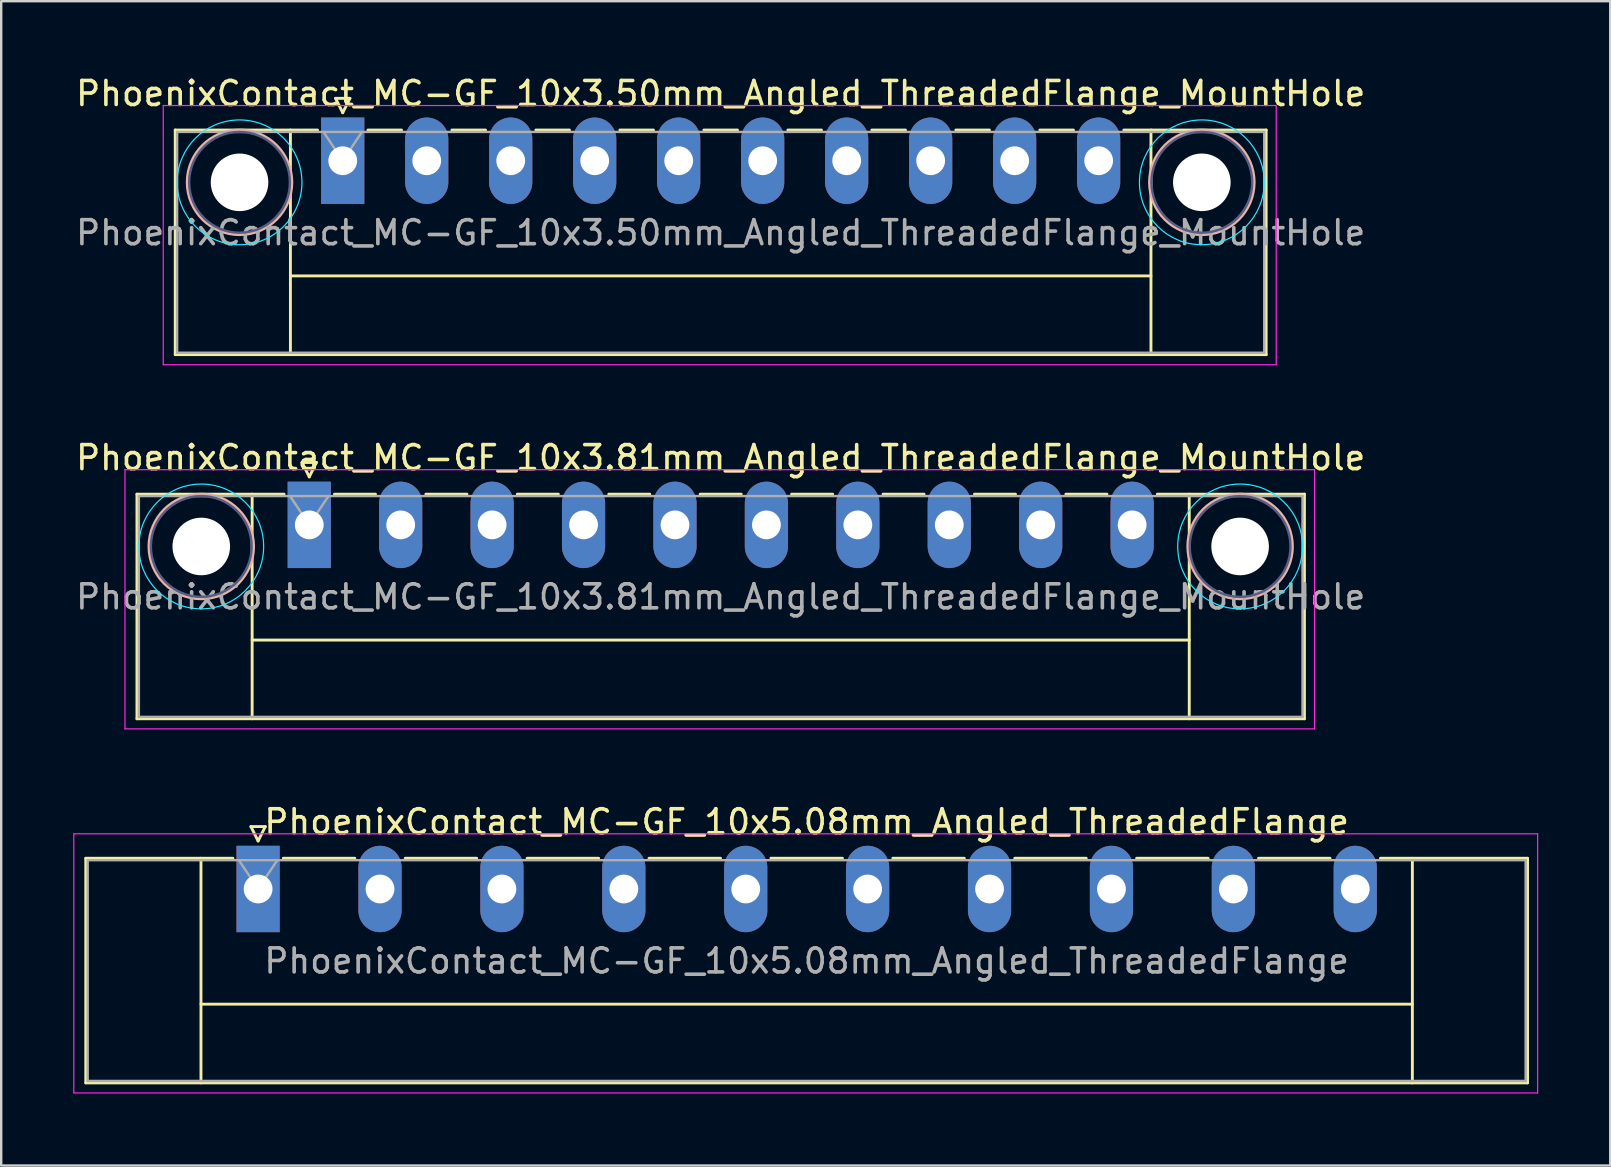
<source format=kicad_pcb>
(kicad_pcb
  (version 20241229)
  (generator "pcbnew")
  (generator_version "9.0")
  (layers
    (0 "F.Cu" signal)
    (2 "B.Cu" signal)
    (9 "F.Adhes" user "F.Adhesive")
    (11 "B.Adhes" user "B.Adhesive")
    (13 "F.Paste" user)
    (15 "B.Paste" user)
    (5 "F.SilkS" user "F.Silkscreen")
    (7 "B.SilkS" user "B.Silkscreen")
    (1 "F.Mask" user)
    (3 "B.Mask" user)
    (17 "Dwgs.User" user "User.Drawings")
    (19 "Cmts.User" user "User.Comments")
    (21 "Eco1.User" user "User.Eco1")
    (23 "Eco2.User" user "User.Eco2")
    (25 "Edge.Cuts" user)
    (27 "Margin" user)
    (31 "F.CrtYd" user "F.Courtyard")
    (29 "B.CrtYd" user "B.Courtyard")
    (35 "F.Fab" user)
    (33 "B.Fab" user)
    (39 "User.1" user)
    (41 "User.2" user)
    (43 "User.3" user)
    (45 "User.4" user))
  (footprint "PhoenixContact_MC-GF_10x3.50mm_Angled_ThreadedFlange_MountHole"
    (layer "F.Cu")
    (at 11.232 3.648)
    (property "Reference" "PhoenixContact_MC-GF_10x3.50mm_Angled_ThreadedFlange_MountHole" (at 15.75 -2.8 0) (layer "F.SilkS") (effects (font (size 1 1) (thickness 0.15))))
    (attr through_hole)
    (fp_line (start -6.98 -1.28) (end -6.98 8.08) (stroke (width 0.12) (type solid)) (layer "F.SilkS"))
    (fp_line (start -6.98 -1.28) (end -1.05 -1.28) (stroke (width 0.12) (type solid)) (layer "F.SilkS"))
    (fp_line (start -6.98 8.08) (end 38.48 8.08) (stroke (width 0.12) (type solid)) (layer "F.SilkS"))
    (fp_line (start -2.18 -1.28) (end -2.18 8.08) (stroke (width 0.12) (type solid)) (layer "F.SilkS"))
    (fp_line (start -2.18 4.8) (end 33.68 4.8) (stroke (width 0.12) (type solid)) (layer "F.SilkS"))
    (fp_line (start -0.3 -2.6) (end 0.3 -2.6) (stroke (width 0.12) (type solid)) (layer "F.SilkS"))
    (fp_line (start 0 -2) (end -0.3 -2.6) (stroke (width 0.12) (type solid)) (layer "F.SilkS"))
    (fp_line (start 0.3 -2.6) (end 0 -2) (stroke (width 0.12) (type solid)) (layer "F.SilkS"))
    (fp_line (start 1.05 -1.28) (end 2.45 -1.28) (stroke (width 0.12) (type solid)) (layer "F.SilkS"))
    (fp_line (start 4.55 -1.28) (end 5.95 -1.28) (stroke (width 0.12) (type solid)) (layer "F.SilkS"))
    (fp_line (start 8.05 -1.28) (end 9.45 -1.28) (stroke (width 0.12) (type solid)) (layer "F.SilkS"))
    (fp_line (start 11.55 -1.28) (end 12.95 -1.28) (stroke (width 0.12) (type solid)) (layer "F.SilkS"))
    (fp_line (start 15.05 -1.28) (end 16.45 -1.28) (stroke (width 0.12) (type solid)) (layer "F.SilkS"))
    (fp_line (start 18.55 -1.28) (end 19.95 -1.28) (stroke (width 0.12) (type solid)) (layer "F.SilkS"))
    (fp_line (start 22.05 -1.28) (end 23.45 -1.28) (stroke (width 0.12) (type solid)) (layer "F.SilkS"))
    (fp_line (start 25.55 -1.28) (end 26.95 -1.28) (stroke (width 0.12) (type solid)) (layer "F.SilkS"))
    (fp_line (start 29.05 -1.28) (end 30.45 -1.28) (stroke (width 0.12) (type solid)) (layer "F.SilkS"))
    (fp_line (start 33.68 -1.28) (end 33.68 8.08) (stroke (width 0.12) (type solid)) (layer "F.SilkS"))
    (fp_line (start 38.48 -1.28) (end 32.55 -1.28) (stroke (width 0.12) (type solid)) (layer "F.SilkS"))
    (fp_line (start 38.48 8.08) (end 38.48 -1.28) (stroke (width 0.12) (type solid)) (layer "F.SilkS"))
    (fp_circle (center -4.3 0.9) (end -2.12 0.9) (stroke (width 0.12) (type solid)) (fill no) (layer "B.SilkS"))
    (fp_circle (center 35.8 0.9) (end 37.98 0.9) (stroke (width 0.12) (type solid)) (fill no) (layer "B.SilkS"))
    (fp_circle (center -4.3 0.9) (end -1.7 0.9) (stroke (width 0.05) (type solid)) (fill no) (layer "B.CrtYd"))
    (fp_circle (center 35.8 0.9) (end 38.4 0.9) (stroke (width 0.05) (type solid)) (fill no) (layer "B.CrtYd"))
    (fp_line (start -7.48 -2.3) (end -7.48 8.5) (stroke (width 0.05) (type solid)) (layer "F.CrtYd"))
    (fp_line (start -7.48 8.5) (end 38.9 8.5) (stroke (width 0.05) (type solid)) (layer "F.CrtYd"))
    (fp_line (start 38.9 -2.3) (end -7.48 -2.3) (stroke (width 0.05) (type solid)) (layer "F.CrtYd"))
    (fp_line (start 38.9 8.5) (end 38.9 -2.3) (stroke (width 0.05) (type solid)) (layer "F.CrtYd"))
    (fp_circle (center -4.3 0.9) (end -2.2 0.9) (stroke (width 0.1) (type solid)) (fill no) (layer "B.Fab"))
    (fp_circle (center 35.8 0.9) (end 37.9 0.9) (stroke (width 0.1) (type solid)) (fill no) (layer "B.Fab"))
    (fp_line (start -6.9 -1.2) (end -6.9 8) (stroke (width 0.1) (type solid)) (layer "F.Fab"))
    (fp_line (start -6.9 8) (end 38.4 8) (stroke (width 0.1) (type solid)) (layer "F.Fab"))
    (fp_line (start 0 0) (end -0.8 -1.2) (stroke (width 0.1) (type solid)) (layer "F.Fab"))
    (fp_line (start 0.8 -1.2) (end 0 0) (stroke (width 0.1) (type solid)) (layer "F.Fab"))
    (fp_line (start 38.4 -1.2) (end -6.9 -1.2) (stroke (width 0.1) (type solid)) (layer "F.Fab"))
    (fp_line (start 38.4 8) (end 38.4 -1.2) (stroke (width 0.1) (type solid)) (layer "F.Fab"))
    (fp_text user "${REFERENCE}" (at 15.75 3 0) (layer "F.Fab") (effects (font (size 1 1) (thickness 0.15))))
    (pad "" np_thru_hole circle (at -4.3 0.9) (size 2.4 2.4) (drill 2.4) (layers "*.Cu" "*.Mask"))
    (pad "" np_thru_hole circle (at 35.8 0.9) (size 2.4 2.4) (drill 2.4) (layers "*.Cu" "*.Mask"))
    (pad "1" thru_hole rect (at 0 0) (size 1.8 3.6) (drill 1.2) (layers "*.Cu" "*.Mask"))
    (pad "2" thru_hole oval (at 3.5 0) (size 1.8 3.6) (drill 1.2) (layers "*.Cu" "*.Mask"))
    (pad "3" thru_hole oval (at 7 0) (size 1.8 3.6) (drill 1.2) (layers "*.Cu" "*.Mask"))
    (pad "4" thru_hole oval (at 10.5 0) (size 1.8 3.6) (drill 1.2) (layers "*.Cu" "*.Mask"))
    (pad "5" thru_hole oval (at 14 0) (size 1.8 3.6) (drill 1.2) (layers "*.Cu" "*.Mask"))
    (pad "6" thru_hole oval (at 17.5 0) (size 1.8 3.6) (drill 1.2) (layers "*.Cu" "*.Mask"))
    (pad "7" thru_hole oval (at 21 0) (size 1.8 3.6) (drill 1.2) (layers "*.Cu" "*.Mask"))
    (pad "8" thru_hole oval (at 24.5 0) (size 1.8 3.6) (drill 1.2) (layers "*.Cu" "*.Mask"))
    (pad "9" thru_hole oval (at 28 0) (size 1.8 3.6) (drill 1.2) (layers "*.Cu" "*.Mask"))
    (pad "10" thru_hole oval (at 31.5 0) (size 1.8 3.6) (drill 1.2) (layers "*.Cu" "*.Mask")))
  (footprint "PhoenixContact_MC-GF_10x3.81mm_Angled_ThreadedFlange_MountHole"
    (layer "F.Cu")
    (at 9.837 18.822)
    (property "Reference" "PhoenixContact_MC-GF_10x3.81mm_Angled_ThreadedFlange_MountHole" (at 17.145 -2.8 0) (layer "F.SilkS") (effects (font (size 1 1) (thickness 0.15))))
    (attr through_hole)
    (fp_line (start -7.18 -1.28) (end -7.18 8.08) (stroke (width 0.12) (type solid)) (layer "F.SilkS"))
    (fp_line (start -7.18 -1.28) (end -1.05 -1.28) (stroke (width 0.12) (type solid)) (layer "F.SilkS"))
    (fp_line (start -7.18 8.08) (end 41.47 8.08) (stroke (width 0.12) (type solid)) (layer "F.SilkS"))
    (fp_line (start -2.38 -1.28) (end -2.38 8.08) (stroke (width 0.12) (type solid)) (layer "F.SilkS"))
    (fp_line (start -2.38 4.8) (end 36.67 4.8) (stroke (width 0.12) (type solid)) (layer "F.SilkS"))
    (fp_line (start -0.3 -2.6) (end 0.3 -2.6) (stroke (width 0.12) (type solid)) (layer "F.SilkS"))
    (fp_line (start 0 -2) (end -0.3 -2.6) (stroke (width 0.12) (type solid)) (layer "F.SilkS"))
    (fp_line (start 0.3 -2.6) (end 0 -2) (stroke (width 0.12) (type solid)) (layer "F.SilkS"))
    (fp_line (start 1.05 -1.28) (end 2.76 -1.28) (stroke (width 0.12) (type solid)) (layer "F.SilkS"))
    (fp_line (start 4.86 -1.28) (end 6.57 -1.28) (stroke (width 0.12) (type solid)) (layer "F.SilkS"))
    (fp_line (start 8.67 -1.28) (end 10.38 -1.28) (stroke (width 0.12) (type solid)) (layer "F.SilkS"))
    (fp_line (start 12.48 -1.28) (end 14.19 -1.28) (stroke (width 0.12) (type solid)) (layer "F.SilkS"))
    (fp_line (start 16.29 -1.28) (end 18 -1.28) (stroke (width 0.12) (type solid)) (layer "F.SilkS"))
    (fp_line (start 20.1 -1.28) (end 21.81 -1.28) (stroke (width 0.12) (type solid)) (layer "F.SilkS"))
    (fp_line (start 23.91 -1.28) (end 25.62 -1.28) (stroke (width 0.12) (type solid)) (layer "F.SilkS"))
    (fp_line (start 27.72 -1.28) (end 29.43 -1.28) (stroke (width 0.12) (type solid)) (layer "F.SilkS"))
    (fp_line (start 31.53 -1.28) (end 33.24 -1.28) (stroke (width 0.12) (type solid)) (layer "F.SilkS"))
    (fp_line (start 36.67 -1.28) (end 36.67 8.08) (stroke (width 0.12) (type solid)) (layer "F.SilkS"))
    (fp_line (start 41.47 -1.28) (end 35.34 -1.28) (stroke (width 0.12) (type solid)) (layer "F.SilkS"))
    (fp_line (start 41.47 8.08) (end 41.47 -1.28) (stroke (width 0.12) (type solid)) (layer "F.SilkS"))
    (fp_circle (center -4.5 0.9) (end -2.32 0.9) (stroke (width 0.12) (type solid)) (fill no) (layer "B.SilkS"))
    (fp_circle (center 38.79 0.9) (end 40.97 0.9) (stroke (width 0.12) (type solid)) (fill no) (layer "B.SilkS"))
    (fp_circle (center -4.5 0.9) (end -1.9 0.9) (stroke (width 0.05) (type solid)) (fill no) (layer "B.CrtYd"))
    (fp_circle (center 38.79 0.9) (end 41.39 0.9) (stroke (width 0.05) (type solid)) (fill no) (layer "B.CrtYd"))
    (fp_line (start -7.68 -2.3) (end -7.68 8.5) (stroke (width 0.05) (type solid)) (layer "F.CrtYd"))
    (fp_line (start -7.68 8.5) (end 41.89 8.5) (stroke (width 0.05) (type solid)) (layer "F.CrtYd"))
    (fp_line (start 41.89 -2.3) (end -7.68 -2.3) (stroke (width 0.05) (type solid)) (layer "F.CrtYd"))
    (fp_line (start 41.89 8.5) (end 41.89 -2.3) (stroke (width 0.05) (type solid)) (layer "F.CrtYd"))
    (fp_circle (center -4.5 0.9) (end -2.4 0.9) (stroke (width 0.1) (type solid)) (fill no) (layer "B.Fab"))
    (fp_circle (center 38.79 0.9) (end 40.89 0.9) (stroke (width 0.1) (type solid)) (fill no) (layer "B.Fab"))
    (fp_line (start -7.1 -1.2) (end -7.1 8) (stroke (width 0.1) (type solid)) (layer "F.Fab"))
    (fp_line (start -7.1 8) (end 41.39 8) (stroke (width 0.1) (type solid)) (layer "F.Fab"))
    (fp_line (start 0 0) (end -0.8 -1.2) (stroke (width 0.1) (type solid)) (layer "F.Fab"))
    (fp_line (start 0.8 -1.2) (end 0 0) (stroke (width 0.1) (type solid)) (layer "F.Fab"))
    (fp_line (start 41.39 -1.2) (end -7.1 -1.2) (stroke (width 0.1) (type solid)) (layer "F.Fab"))
    (fp_line (start 41.39 8) (end 41.39 -1.2) (stroke (width 0.1) (type solid)) (layer "F.Fab"))
    (fp_text user "${REFERENCE}" (at 17.145 3 0) (layer "F.Fab") (effects (font (size 1 1) (thickness 0.15))))
    (pad "" np_thru_hole circle (at -4.5 0.9) (size 2.4 2.4) (drill 2.4) (layers "*.Cu" "*.Mask"))
    (pad "" np_thru_hole circle (at 38.79 0.9) (size 2.4 2.4) (drill 2.4) (layers "*.Cu" "*.Mask"))
    (pad "1" thru_hole rect (at 0 0) (size 1.8 3.6) (drill 1.2) (layers "*.Cu" "*.Mask"))
    (pad "2" thru_hole oval (at 3.81 0) (size 1.8 3.6) (drill 1.2) (layers "*.Cu" "*.Mask"))
    (pad "3" thru_hole oval (at 7.62 0) (size 1.8 3.6) (drill 1.2) (layers "*.Cu" "*.Mask"))
    (pad "4" thru_hole oval (at 11.43 0) (size 1.8 3.6) (drill 1.2) (layers "*.Cu" "*.Mask"))
    (pad "5" thru_hole oval (at 15.24 0) (size 1.8 3.6) (drill 1.2) (layers "*.Cu" "*.Mask"))
    (pad "6" thru_hole oval (at 19.05 0) (size 1.8 3.6) (drill 1.2) (layers "*.Cu" "*.Mask"))
    (pad "7" thru_hole oval (at 22.86 0) (size 1.8 3.6) (drill 1.2) (layers "*.Cu" "*.Mask"))
    (pad "8" thru_hole oval (at 26.67 0) (size 1.8 3.6) (drill 1.2) (layers "*.Cu" "*.Mask"))
    (pad "9" thru_hole oval (at 30.48 0) (size 1.8 3.6) (drill 1.2) (layers "*.Cu" "*.Mask"))
    (pad "10" thru_hole oval (at 34.29 0) (size 1.8 3.6) (drill 1.2) (layers "*.Cu" "*.Mask")))
  (footprint "PhoenixContact_MC-GF_10x5.08mm_Angled_ThreadedFlange"
    (layer "F.Cu")
    (at 7.705 33.995)
    (property "Reference" "PhoenixContact_MC-GF_10x5.08mm_Angled_ThreadedFlange" (at 22.86 -2.8 0) (layer "F.SilkS") (effects (font (size 1 1) (thickness 0.15))))
    (attr through_hole)
    (fp_line (start -7.18 -1.28) (end -7.18 8.08) (stroke (width 0.12) (type solid)) (layer "F.SilkS"))
    (fp_line (start -7.18 -1.28) (end -1.05 -1.28) (stroke (width 0.12) (type solid)) (layer "F.SilkS"))
    (fp_line (start -7.18 8.08) (end 52.9 8.08) (stroke (width 0.12) (type solid)) (layer "F.SilkS"))
    (fp_line (start -2.38 -1.28) (end -2.38 8.08) (stroke (width 0.12) (type solid)) (layer "F.SilkS"))
    (fp_line (start -2.38 4.8) (end 48.1 4.8) (stroke (width 0.12) (type solid)) (layer "F.SilkS"))
    (fp_line (start -0.3 -2.6) (end 0.3 -2.6) (stroke (width 0.12) (type solid)) (layer "F.SilkS"))
    (fp_line (start 0 -2) (end -0.3 -2.6) (stroke (width 0.12) (type solid)) (layer "F.SilkS"))
    (fp_line (start 0.3 -2.6) (end 0 -2) (stroke (width 0.12) (type solid)) (layer "F.SilkS"))
    (fp_line (start 1.05 -1.28) (end 4.03 -1.28) (stroke (width 0.12) (type solid)) (layer "F.SilkS"))
    (fp_line (start 6.13 -1.28) (end 9.11 -1.28) (stroke (width 0.12) (type solid)) (layer "F.SilkS"))
    (fp_line (start 11.21 -1.28) (end 14.19 -1.28) (stroke (width 0.12) (type solid)) (layer "F.SilkS"))
    (fp_line (start 16.29 -1.28) (end 19.27 -1.28) (stroke (width 0.12) (type solid)) (layer "F.SilkS"))
    (fp_line (start 21.37 -1.28) (end 24.35 -1.28) (stroke (width 0.12) (type solid)) (layer "F.SilkS"))
    (fp_line (start 26.45 -1.28) (end 29.43 -1.28) (stroke (width 0.12) (type solid)) (layer "F.SilkS"))
    (fp_line (start 31.53 -1.28) (end 34.51 -1.28) (stroke (width 0.12) (type solid)) (layer "F.SilkS"))
    (fp_line (start 36.61 -1.28) (end 39.59 -1.28) (stroke (width 0.12) (type solid)) (layer "F.SilkS"))
    (fp_line (start 41.69 -1.28) (end 44.67 -1.28) (stroke (width 0.12) (type solid)) (layer "F.SilkS"))
    (fp_line (start 48.1 -1.28) (end 48.1 8.08) (stroke (width 0.12) (type solid)) (layer "F.SilkS"))
    (fp_line (start 52.9 -1.28) (end 46.77 -1.28) (stroke (width 0.12) (type solid)) (layer "F.SilkS"))
    (fp_line (start 52.9 8.08) (end 52.9 -1.28) (stroke (width 0.12) (type solid)) (layer "F.SilkS"))
    (fp_line (start -7.68 -2.3) (end -7.68 8.5) (stroke (width 0.05) (type solid)) (layer "F.CrtYd"))
    (fp_line (start -7.68 8.5) (end 53.32 8.5) (stroke (width 0.05) (type solid)) (layer "F.CrtYd"))
    (fp_line (start 53.32 -2.3) (end -7.68 -2.3) (stroke (width 0.05) (type solid)) (layer "F.CrtYd"))
    (fp_line (start 53.32 8.5) (end 53.32 -2.3) (stroke (width 0.05) (type solid)) (layer "F.CrtYd"))
    (fp_line (start -7.1 -1.2) (end -7.1 8) (stroke (width 0.1) (type solid)) (layer "F.Fab"))
    (fp_line (start -7.1 8) (end 52.82 8) (stroke (width 0.1) (type solid)) (layer "F.Fab"))
    (fp_line (start 0 0) (end -0.8 -1.2) (stroke (width 0.1) (type solid)) (layer "F.Fab"))
    (fp_line (start 0.8 -1.2) (end 0 0) (stroke (width 0.1) (type solid)) (layer "F.Fab"))
    (fp_line (start 52.82 -1.2) (end -7.1 -1.2) (stroke (width 0.1) (type solid)) (layer "F.Fab"))
    (fp_line (start 52.82 8) (end 52.82 -1.2) (stroke (width 0.1) (type solid)) (layer "F.Fab"))
    (fp_text user "${REFERENCE}" (at 22.86 3 0) (layer "F.Fab") (effects (font (size 1 1) (thickness 0.15))))
    (pad "1" thru_hole rect (at 0 0) (size 1.8 3.6) (drill 1.2) (layers "*.Cu" "*.Mask"))
    (pad "2" thru_hole oval (at 5.08 0) (size 1.8 3.6) (drill 1.2) (layers "*.Cu" "*.Mask"))
    (pad "3" thru_hole oval (at 10.16 0) (size 1.8 3.6) (drill 1.2) (layers "*.Cu" "*.Mask"))
    (pad "4" thru_hole oval (at 15.24 0) (size 1.8 3.6) (drill 1.2) (layers "*.Cu" "*.Mask"))
    (pad "5" thru_hole oval (at 20.32 0) (size 1.8 3.6) (drill 1.2) (layers "*.Cu" "*.Mask"))
    (pad "6" thru_hole oval (at 25.4 0) (size 1.8 3.6) (drill 1.2) (layers "*.Cu" "*.Mask"))
    (pad "7" thru_hole oval (at 30.48 0) (size 1.8 3.6) (drill 1.2) (layers "*.Cu" "*.Mask"))
    (pad "8" thru_hole oval (at 35.56 0) (size 1.8 3.6) (drill 1.2) (layers "*.Cu" "*.Mask"))
    (pad "9" thru_hole oval (at 40.64 0) (size 1.8 3.6) (drill 1.2) (layers "*.Cu" "*.Mask"))
    (pad "10" thru_hole oval (at 45.72 0) (size 1.8 3.6) (drill 1.2) (layers "*.Cu" "*.Mask")))
  (gr_rect
    (start -3 -3)
    (end 64.05 45.52)
    (stroke (width 0.1) (type default))
    (fill no)
    (layer "Edge.Cuts")))
</source>
